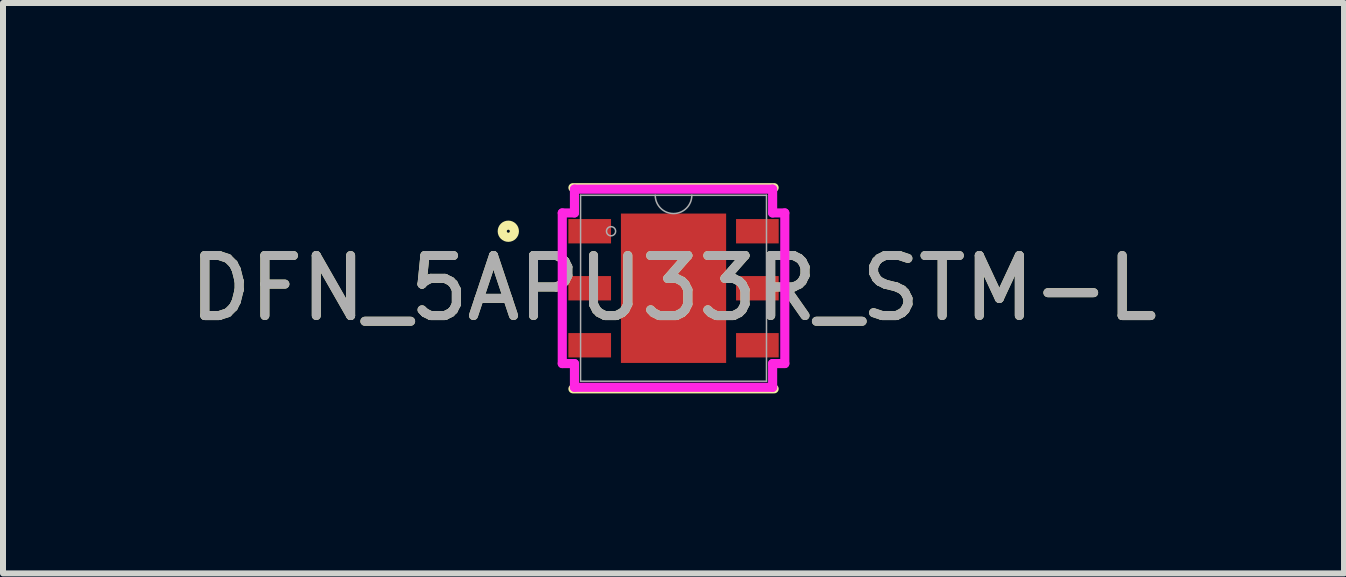
<source format=kicad_pcb>
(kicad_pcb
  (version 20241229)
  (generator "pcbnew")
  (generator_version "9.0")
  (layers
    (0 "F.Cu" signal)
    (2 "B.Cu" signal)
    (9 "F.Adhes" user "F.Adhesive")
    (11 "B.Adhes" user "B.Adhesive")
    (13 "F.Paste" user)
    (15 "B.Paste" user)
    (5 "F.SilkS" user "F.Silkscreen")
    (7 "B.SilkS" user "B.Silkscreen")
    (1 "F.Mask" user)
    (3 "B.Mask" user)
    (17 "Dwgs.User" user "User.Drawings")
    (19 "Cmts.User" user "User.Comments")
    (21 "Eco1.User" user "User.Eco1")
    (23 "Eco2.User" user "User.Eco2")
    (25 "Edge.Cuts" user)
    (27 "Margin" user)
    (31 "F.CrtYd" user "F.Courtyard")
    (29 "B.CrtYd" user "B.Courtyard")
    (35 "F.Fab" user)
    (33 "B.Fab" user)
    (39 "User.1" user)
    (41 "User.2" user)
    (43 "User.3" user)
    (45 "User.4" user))
  (footprint "DFN_5APU33R_STM-L"
    (layer "F.Cu")
    (at 8.173 1.753)
    (property "Reference" "DFN_5APU33R_STM-L" (at 0 0 0) (unlocked yes) (layer "F.SilkS") (effects (font (size 1 1) (thickness 0.15))))
    (attr smd)
    (fp_line (start -1.676 1.676) (end 1.676 1.676) (stroke (width 0.152) (type solid)) (layer "F.SilkS"))
    (fp_line (start 1.676 -1.676) (end -1.676 -1.676) (stroke (width 0.152) (type solid)) (layer "F.SilkS"))
    (fp_circle (center -2.753 -0.95) (end -2.652 -0.95) (stroke (width 0.152) (type solid)) (fill no) (layer "F.SilkS"))
    (fp_line (start -1.854 -1.255) (end -1.651 -1.255) (stroke (width 0.152) (type solid)) (layer "F.CrtYd"))
    (fp_line (start -1.854 1.255) (end -1.854 -1.255) (stroke (width 0.152) (type solid)) (layer "F.CrtYd"))
    (fp_line (start -1.854 1.255) (end -1.651 1.255) (stroke (width 0.152) (type solid)) (layer "F.CrtYd"))
    (fp_line (start -1.651 -1.651) (end 1.651 -1.651) (stroke (width 0.152) (type solid)) (layer "F.CrtYd"))
    (fp_line (start -1.651 -1.255) (end -1.651 -1.651) (stroke (width 0.152) (type solid)) (layer "F.CrtYd"))
    (fp_line (start -1.651 1.651) (end -1.651 1.255) (stroke (width 0.152) (type solid)) (layer "F.CrtYd"))
    (fp_line (start 1.651 -1.651) (end 1.651 -1.255) (stroke (width 0.152) (type solid)) (layer "F.CrtYd"))
    (fp_line (start 1.651 1.255) (end 1.651 1.651) (stroke (width 0.152) (type solid)) (layer "F.CrtYd"))
    (fp_line (start 1.651 1.651) (end -1.651 1.651) (stroke (width 0.152) (type solid)) (layer "F.CrtYd"))
    (fp_line (start 1.854 -1.255) (end 1.651 -1.255) (stroke (width 0.152) (type solid)) (layer "F.CrtYd"))
    (fp_line (start 1.854 -1.255) (end 1.854 1.255) (stroke (width 0.152) (type solid)) (layer "F.CrtYd"))
    (fp_line (start 1.854 1.255) (end 1.651 1.255) (stroke (width 0.152) (type solid)) (layer "F.CrtYd"))
    (fp_line (start -1.549 -1.549) (end -1.549 1.549) (stroke (width 0.025) (type solid)) (layer "F.Fab"))
    (fp_line (start -1.549 1.549) (end 1.549 1.549) (stroke (width 0.025) (type solid)) (layer "F.Fab"))
    (fp_line (start 1.549 -1.549) (end -1.549 -1.549) (stroke (width 0.025) (type solid)) (layer "F.Fab"))
    (fp_line (start 1.549 1.549) (end 1.549 -1.549) (stroke (width 0.025) (type solid)) (layer "F.Fab"))
    (fp_arc (start 0.3048 -1.5494) (mid 0 -1.2446) (end -0.3048 -1.5494) (stroke (width 0.0254) (type solid)) (layer "F.Fab"))
    (fp_circle (center -1.041 -0.95) (end -0.965 -0.95) (stroke (width 0.025) (type solid)) (fill no) (layer "F.Fab"))
    (fp_text user "${REFERENCE}" (at 0 0 0) (unlocked yes) (layer "F.Fab") (effects (font (size 1 1) (thickness 0.15))))
    (pad "1" smd rect (at -1.397 -0.95) (size 0.711 0.406) (layers "F.Cu" "F.Mask" "F.Paste"))
    (pad "2" smd rect (at -1.397 0) (size 0.711 0.406) (layers "F.Cu" "F.Mask" "F.Paste"))
    (pad "3" smd rect (at -1.397 0.95) (size 0.711 0.406) (layers "F.Cu" "F.Mask" "F.Paste"))
    (pad "4" smd rect (at 1.397 0.95) (size 0.711 0.406) (layers "F.Cu" "F.Mask" "F.Paste"))
    (pad "5" smd rect (at 1.397 0) (size 0.711 0.406) (layers "F.Cu" "F.Mask" "F.Paste"))
    (pad "6" smd rect (at 1.397 -0.95) (size 0.711 0.406) (layers "F.Cu" "F.Mask" "F.Paste"))
    (pad "7" smd rect (at 0 0) (size 1.753 2.489) (layers "F.Cu" "F.Mask" "F.Paste")))
  (gr_rect
    (start -3 -3)
    (end 19.345 6.505)
    (stroke (width 0.1) (type default))
    (fill no)
    (layer "Edge.Cuts")))
</source>
